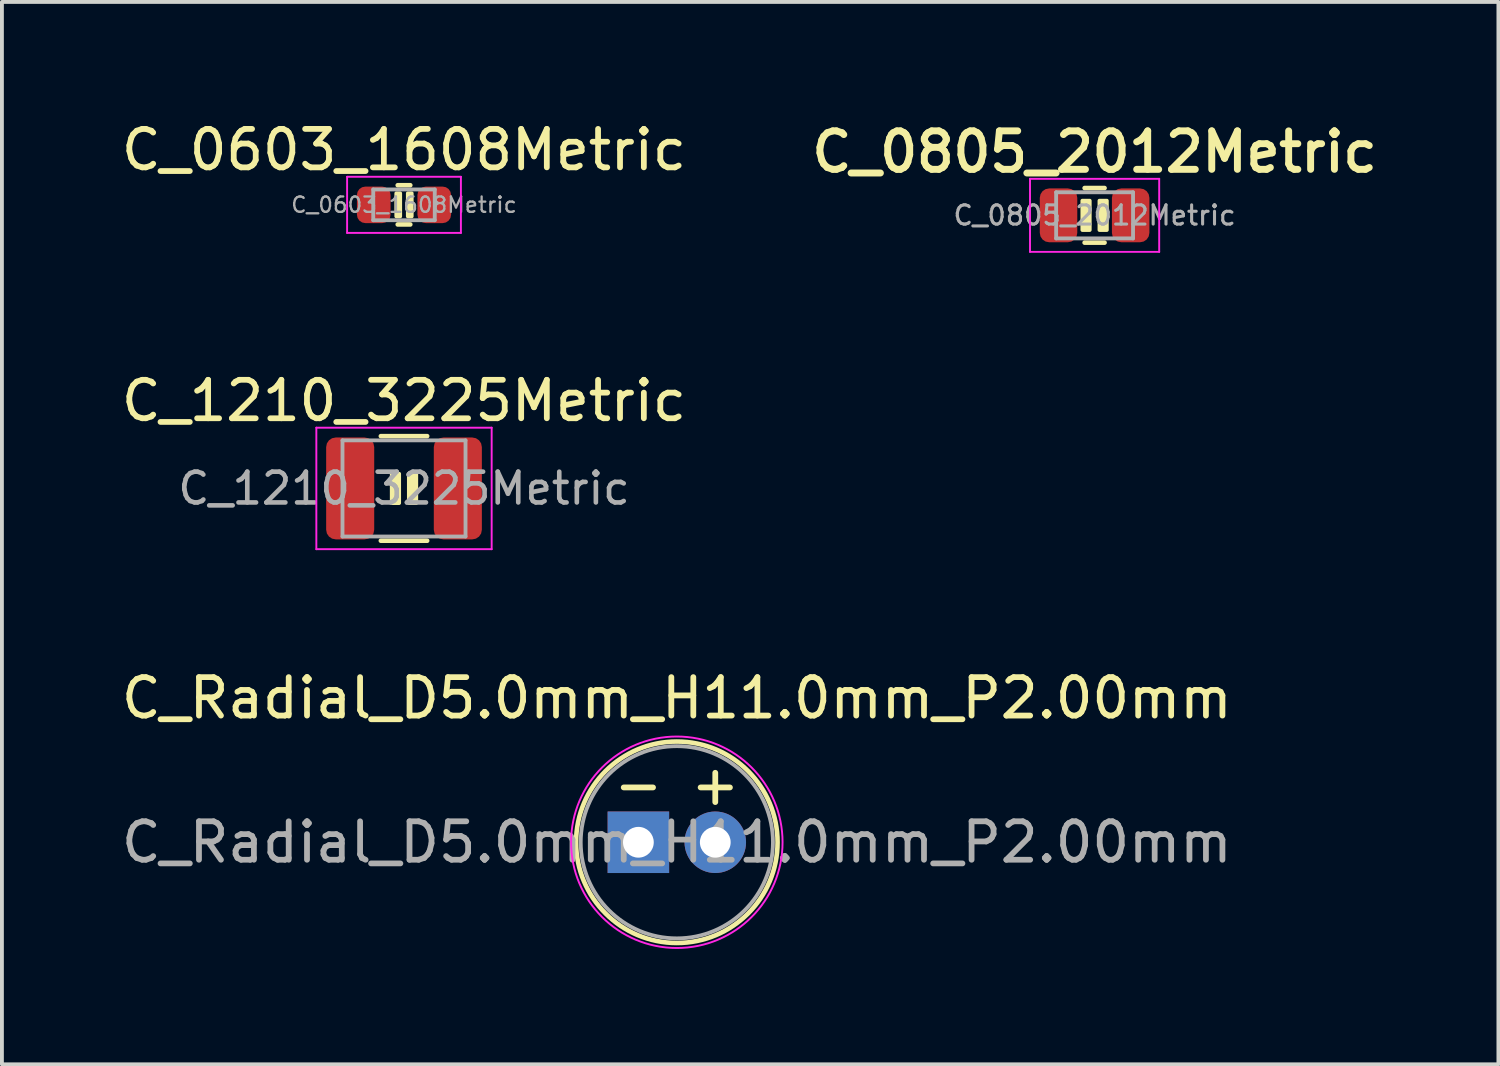
<source format=kicad_pcb>
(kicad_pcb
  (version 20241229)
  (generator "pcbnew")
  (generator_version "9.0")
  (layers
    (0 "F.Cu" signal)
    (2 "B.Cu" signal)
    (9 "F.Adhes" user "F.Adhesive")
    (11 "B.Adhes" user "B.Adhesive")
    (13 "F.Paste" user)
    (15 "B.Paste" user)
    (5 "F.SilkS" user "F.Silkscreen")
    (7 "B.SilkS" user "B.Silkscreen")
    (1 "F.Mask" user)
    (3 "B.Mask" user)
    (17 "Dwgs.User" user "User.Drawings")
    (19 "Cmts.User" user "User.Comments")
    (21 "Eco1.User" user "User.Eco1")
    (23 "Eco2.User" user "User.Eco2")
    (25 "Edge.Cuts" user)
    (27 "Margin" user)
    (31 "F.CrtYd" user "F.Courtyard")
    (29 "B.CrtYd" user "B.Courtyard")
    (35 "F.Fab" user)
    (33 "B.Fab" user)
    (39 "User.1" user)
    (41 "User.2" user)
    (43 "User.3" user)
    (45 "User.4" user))
  (footprint "C_0603_1608Metric"
    (layer "F.Cu")
    (at 7.458 2.278)
    (property "Reference" "C_0603_1608Metric" (at 0 -1.43 0) (layer "F.SilkS") (effects (font (size 1 1) (thickness 0.15))))
    (attr smd)
    (fp_line (start -0.163 -0.51) (end 0.163 -0.51) (stroke (width 0.12) (type solid)) (layer "F.SilkS"))
    (fp_line (start -0.163 0.51) (end 0.163 0.51) (stroke (width 0.12) (type solid)) (layer "F.SilkS"))
    (fp_poly (pts (xy -0.2 -0.3) (xy -0.1 -0.3) (xy -0.1 0.3) (xy -0.2 0.3)) (stroke (width 0.1) (type solid)) (fill yes) (layer "F.SilkS"))
    (fp_poly (pts (xy 0.1 -0.3) (xy 0.2 -0.3) (xy 0.2 0.3) (xy 0.1 0.3)) (stroke (width 0.1) (type solid)) (fill yes) (layer "F.SilkS"))
    (fp_line (start -1.48 -0.73) (end 1.48 -0.73) (stroke (width 0.05) (type solid)) (layer "F.CrtYd"))
    (fp_line (start -1.48 0.73) (end -1.48 -0.73) (stroke (width 0.05) (type solid)) (layer "F.CrtYd"))
    (fp_line (start 1.48 -0.73) (end 1.48 0.73) (stroke (width 0.05) (type solid)) (layer "F.CrtYd"))
    (fp_line (start 1.48 0.73) (end -1.48 0.73) (stroke (width 0.05) (type solid)) (layer "F.CrtYd"))
    (fp_line (start -0.8 -0.4) (end 0.8 -0.4) (stroke (width 0.1) (type solid)) (layer "F.Fab"))
    (fp_line (start -0.8 0.4) (end -0.8 -0.4) (stroke (width 0.1) (type solid)) (layer "F.Fab"))
    (fp_line (start 0.8 -0.4) (end 0.8 0.4) (stroke (width 0.1) (type solid)) (layer "F.Fab"))
    (fp_line (start 0.8 0.4) (end -0.8 0.4) (stroke (width 0.1) (type solid)) (layer "F.Fab"))
    (fp_text user "${REFERENCE}" (at 0 0 0) (layer "F.Fab") (effects (font (size 0.4 0.4) (thickness 0.06))))
    (pad "1" smd roundrect (at -0.787 0) (size 0.875 0.95) (layers "F.Cu" "F.Mask" "F.Paste") (roundrect_rratio 0.25))
    (pad "2" smd roundrect (at 0.787 0) (size 0.875 0.95) (layers "F.Cu" "F.Mask" "F.Paste") (roundrect_rratio 0.25)))
  (footprint "C_1210_3225Metric"
    (layer "F.Cu")
    (at 7.458 9.654)
    (property "Reference" "C_1210_3225Metric" (at 0 -2.28 0) (layer "F.SilkS") (effects (font (size 1 1) (thickness 0.15))))
    (attr smd)
    (fp_line (start -0.602 -1.36) (end 0.602 -1.36) (stroke (width 0.12) (type solid)) (layer "F.SilkS"))
    (fp_line (start -0.602 1.36) (end 0.602 1.36) (stroke (width 0.12) (type solid)) (layer "F.SilkS"))
    (fp_poly (pts (xy -0.318 -0.381) (xy -0.127 -0.381) (xy -0.127 0.381) (xy -0.318 0.381)) (stroke (width 0.1) (type solid)) (fill yes) (layer "F.SilkS"))
    (fp_poly (pts (xy 0.127 -0.381) (xy 0.318 -0.381) (xy 0.318 0.381) (xy 0.127 0.381)) (stroke (width 0.1) (type solid)) (fill yes) (layer "F.SilkS"))
    (fp_line (start -2.28 -1.58) (end 2.28 -1.58) (stroke (width 0.05) (type solid)) (layer "F.CrtYd"))
    (fp_line (start -2.28 1.58) (end -2.28 -1.58) (stroke (width 0.05) (type solid)) (layer "F.CrtYd"))
    (fp_line (start 2.28 -1.58) (end 2.28 1.58) (stroke (width 0.05) (type solid)) (layer "F.CrtYd"))
    (fp_line (start 2.28 1.58) (end -2.28 1.58) (stroke (width 0.05) (type solid)) (layer "F.CrtYd"))
    (fp_line (start -1.6 -1.25) (end 1.6 -1.25) (stroke (width 0.1) (type solid)) (layer "F.Fab"))
    (fp_line (start -1.6 1.25) (end -1.6 -1.25) (stroke (width 0.1) (type solid)) (layer "F.Fab"))
    (fp_line (start 1.6 -1.25) (end 1.6 1.25) (stroke (width 0.1) (type solid)) (layer "F.Fab"))
    (fp_line (start 1.6 1.25) (end -1.6 1.25) (stroke (width 0.1) (type solid)) (layer "F.Fab"))
    (fp_text user "${REFERENCE}" (at 0 0 0) (layer "F.Fab") (effects (font (size 0.8 0.8) (thickness 0.12))))
    (pad "1" smd roundrect (at -1.4 0) (size 1.25 2.65) (layers "F.Cu" "F.Mask" "F.Paste") (roundrect_rratio 0.2))
    (pad "2" smd roundrect (at 1.4 0) (size 1.25 2.65) (layers "F.Cu" "F.Mask" "F.Paste") (roundrect_rratio 0.2)))
  (footprint "C_0805_2012Metric"
    (layer "F.Cu")
    (at 25.42 2.551)
    (property "Reference" "C_0805_2012Metric" (at 0 -1.65 0) (layer "F.SilkS") (effects (font (size 1 1) (thickness 0.18))))
    (attr smd)
    (fp_line (start -0.259 -0.71) (end 0.259 -0.71) (stroke (width 0.12) (type solid)) (layer "F.SilkS"))
    (fp_line (start -0.259 0.71) (end 0.259 0.71) (stroke (width 0.12) (type solid)) (layer "F.SilkS"))
    (fp_poly (pts (xy -0.318 -0.381) (xy -0.127 -0.381) (xy -0.127 0.381) (xy -0.318 0.381)) (stroke (width 0.1) (type solid)) (fill yes) (layer "F.SilkS"))
    (fp_poly (pts (xy 0.127 -0.381) (xy 0.318 -0.381) (xy 0.318 0.381) (xy 0.127 0.381)) (stroke (width 0.1) (type solid)) (fill yes) (layer "F.SilkS"))
    (fp_line (start -1.68 -0.95) (end 1.68 -0.95) (stroke (width 0.05) (type solid)) (layer "F.CrtYd"))
    (fp_line (start -1.68 0.95) (end -1.68 -0.95) (stroke (width 0.05) (type solid)) (layer "F.CrtYd"))
    (fp_line (start 1.68 -0.95) (end 1.68 0.95) (stroke (width 0.05) (type solid)) (layer "F.CrtYd"))
    (fp_line (start 1.68 0.95) (end -1.68 0.95) (stroke (width 0.05) (type solid)) (layer "F.CrtYd"))
    (fp_line (start -1 -0.6) (end 1 -0.6) (stroke (width 0.1) (type solid)) (layer "F.Fab"))
    (fp_line (start -1 0.6) (end -1 -0.6) (stroke (width 0.1) (type solid)) (layer "F.Fab"))
    (fp_line (start 1 -0.6) (end 1 0.6) (stroke (width 0.1) (type solid)) (layer "F.Fab"))
    (fp_line (start 1 0.6) (end -1 0.6) (stroke (width 0.1) (type solid)) (layer "F.Fab"))
    (fp_text user "${REFERENCE}" (at 0 0 0) (layer "F.Fab") (effects (font (size 0.5 0.5) (thickness 0.08))))
    (pad "1" smd roundrect (at -0.938 0) (size 0.975 1.4) (layers "F.Cu" "F.Mask" "F.Paste") (roundrect_rratio 0.25))
    (pad "2" smd roundrect (at 0.938 0) (size 0.975 1.4) (layers "F.Cu" "F.Mask" "F.Paste") (roundrect_rratio 0.25)))
  (footprint "C_Radial_D5.0mm_H11.0mm_P2.00mm"
    (layer "F.Cu")
    (at 13.554 18.857)
    (property "Reference" "C_Radial_D5.0mm_H11.0mm_P2.00mm" (at 1 -3.75 0) (layer "F.SilkS") (effects (font (size 1 1) (thickness 0.15))))
    (attr through_hole)
    (fp_circle (center 1 0) (end 3.62 0) (stroke (width 0.12) (type solid)) (fill no) (layer "F.SilkS"))
    (fp_circle (center 1 0) (end 3.75 0) (stroke (width 0.05) (type solid)) (fill no) (layer "F.CrtYd"))
    (fp_circle (center 1 0) (end 3.5 0) (stroke (width 0.1) (type solid)) (fill no) (layer "F.Fab"))
    (fp_text user "-" (at 0 -1.5 0) (layer "F.SilkS") (effects (font (size 1 1) (thickness 0.15))))
    (fp_text user "+" (at 2 -1.5 0) (layer "F.SilkS") (effects (font (size 1 1) (thickness 0.15))))
    (fp_text user "${REFERENCE}" (at 1 0 0) (layer "F.Fab") (effects (font (size 1 1) (thickness 0.15))))
    (pad "1" thru_hole rect (at 0 0) (size 1.6 1.6) (drill 0.8) (layers "*.Cu" "*.Mask"))
    (pad "2" thru_hole circle (at 2 0) (size 1.6 1.6) (drill 0.8) (layers "*.Cu" "*.Mask")))
  (gr_rect
    (start -3 -3)
    (end 35.923 24.632)
    (stroke (width 0.1) (type default))
    (fill no)
    (layer "Edge.Cuts")))
</source>
